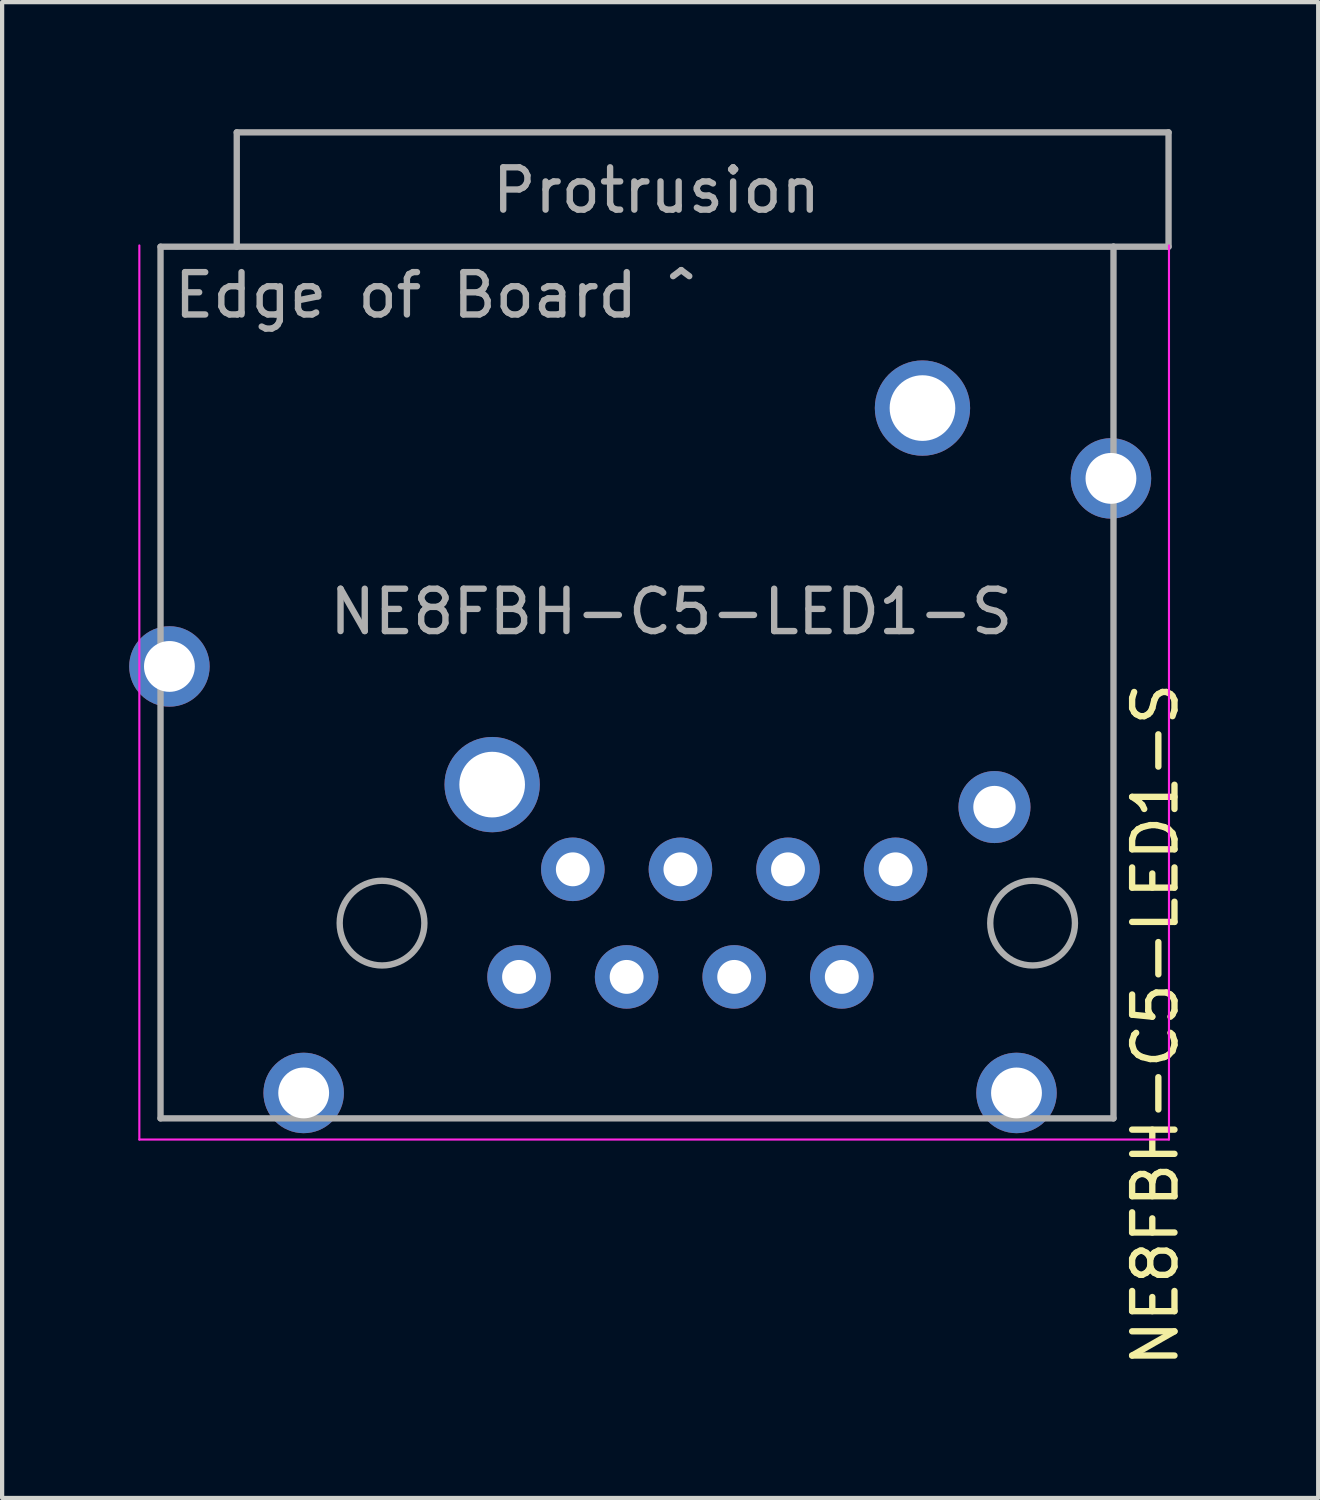
<source format=kicad_pcb>
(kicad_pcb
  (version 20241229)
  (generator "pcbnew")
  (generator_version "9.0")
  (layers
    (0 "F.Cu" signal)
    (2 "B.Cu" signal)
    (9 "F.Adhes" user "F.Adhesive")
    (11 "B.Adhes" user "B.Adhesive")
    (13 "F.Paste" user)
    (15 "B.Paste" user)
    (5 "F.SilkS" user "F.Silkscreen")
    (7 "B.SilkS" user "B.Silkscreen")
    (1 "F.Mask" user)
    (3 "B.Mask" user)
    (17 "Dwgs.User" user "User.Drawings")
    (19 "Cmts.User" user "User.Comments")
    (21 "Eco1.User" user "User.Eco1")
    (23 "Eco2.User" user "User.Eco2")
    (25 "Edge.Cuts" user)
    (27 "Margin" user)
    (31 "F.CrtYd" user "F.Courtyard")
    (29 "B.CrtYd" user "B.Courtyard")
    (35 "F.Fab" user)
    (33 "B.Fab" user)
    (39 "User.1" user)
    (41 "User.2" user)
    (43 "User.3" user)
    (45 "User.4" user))
  (footprint "NE8FBH-C5-LED1-S"
    (layer "F.Cu")
    (at 13.65 18.745)
    (property "Reference" "NE8FBH-C5-LED1-S" (at 10.575 2.4 90) (layer "F.SilkS") (effects (font (size 1 1) (thickness 0.15))))
    (attr through_hole)
    (fp_line (start -13.41 -16) (end -13.41 5.11) (stroke (width 0.05) (type solid)) (layer "F.CrtYd"))
    (fp_line (start -13.41 5.11) (end 10.9 5.11) (stroke (width 0.05) (type solid)) (layer "F.CrtYd"))
    (fp_line (start 10.9 -16) (end 10.9 5.11) (stroke (width 0.05) (type solid)) (layer "F.CrtYd"))
    (fp_line (start -12.91 -15.97) (end -12.91 4.61) (stroke (width 0.15) (type solid)) (layer "F.Fab"))
    (fp_line (start -12.91 -15.97) (end 9.59 -15.97) (stroke (width 0.15) (type solid)) (layer "F.Fab"))
    (fp_line (start -12.91 4.61) (end 9.59 4.61) (stroke (width 0.15) (type solid)) (layer "F.Fab"))
    (fp_line (start -11.11 -18.67) (end -11.11 -15.97) (stroke (width 0.15) (type solid)) (layer "F.Fab"))
    (fp_line (start 9.59 -15.97) (end 9.59 4.61) (stroke (width 0.15) (type solid)) (layer "F.Fab"))
    (fp_line (start 9.59 -15.97) (end 10.89 -15.97) (stroke (width 0.15) (type solid)) (layer "F.Fab"))
    (fp_line (start 10.89 -18.67) (end -11.11 -18.67) (stroke (width 0.15) (type solid)) (layer "F.Fab"))
    (fp_line (start 10.89 -18.67) (end 10.89 -15.97) (stroke (width 0.15) (type solid)) (layer "F.Fab"))
    (fp_circle (center -7.68 0) (end -8.68 0) (stroke (width 0.15) (type solid)) (fill no) (layer "F.Fab"))
    (fp_circle (center 7.68 0) (end 8.68 0) (stroke (width 0.15) (type solid)) (fill no) (layer "F.Fab"))
    (fp_text user "${REFERENCE}" (at -0.85 -7.35 0) (layer "F.Fab") (effects (font (size 1 1) (thickness 0.15))))
    (fp_text user "Edge of Board ^" (at -6.45 -14.825 0) (layer "F.Fab") (effects (font (size 1 1) (thickness 0.15))))
    (fp_text user "Protrusion" (at -1.2 -17.3 0) (layer "F.Fab") (effects (font (size 1 1) (thickness 0.15))))
    (pad "1" thru_hole circle (at 4.445 -1.27) (size 1.5 1.5) (drill 0.8) (layers "*.Cu" "*.Mask"))
    (pad "2" thru_hole circle (at 3.175 1.27) (size 1.5 1.5) (drill 0.8) (layers "*.Cu" "*.Mask"))
    (pad "3" thru_hole circle (at 1.905 -1.27) (size 1.5 1.5) (drill 0.8) (layers "*.Cu" "*.Mask"))
    (pad "4" thru_hole circle (at 0.635 1.27) (size 1.5 1.5) (drill 0.8) (layers "*.Cu" "*.Mask"))
    (pad "5" thru_hole circle (at -0.635 -1.27) (size 1.5 1.5) (drill 0.8) (layers "*.Cu" "*.Mask"))
    (pad "6" thru_hole circle (at -1.905 1.27) (size 1.5 1.5) (drill 0.8) (layers "*.Cu" "*.Mask"))
    (pad "7" thru_hole circle (at -3.175 -1.27) (size 1.5 1.5) (drill 0.8) (layers "*.Cu" "*.Mask"))
    (pad "8" thru_hole circle (at -4.445 1.27) (size 1.5 1.5) (drill 0.8) (layers "*.Cu" "*.Mask"))
    (pad "9" thru_hole circle (at 7.3 4.01) (size 1.9 1.9) (drill 1.2) (layers "*.Cu" "*.Mask"))
    (pad "10" thru_hole circle (at -9.53 4.01) (size 1.9 1.9) (drill 1.2) (layers "*.Cu" "*.Mask"))
    (pad "11" thru_hole circle (at -12.7 -6.06) (size 1.9 1.9) (drill 1.2) (layers "*.Cu" "*.Mask"))
    (pad "12" thru_hole circle (at 9.53 -10.5) (size 1.9 1.9) (drill 1.2) (layers "*.Cu" "*.Mask"))
    (pad "13" thru_hole circle (at -5.08 -3.27) (size 2.25 2.25) (drill 1.55) (layers "*.Cu" "*.Mask"))
    (pad "13" thru_hole circle (at 5.08 -12.16) (size 2.25 2.25) (drill 1.55) (layers "*.Cu" "*.Mask"))
    (pad "13" thru_hole circle (at 6.78 -2.74) (size 1.7 1.7) (drill 1) (layers "*.Cu" "*.Mask")))
  (gr_rect
    (start -3 -3)
    (end 28.073 32.318)
    (stroke (width 0.1) (type default))
    (fill no)
    (layer "Edge.Cuts")))
</source>
